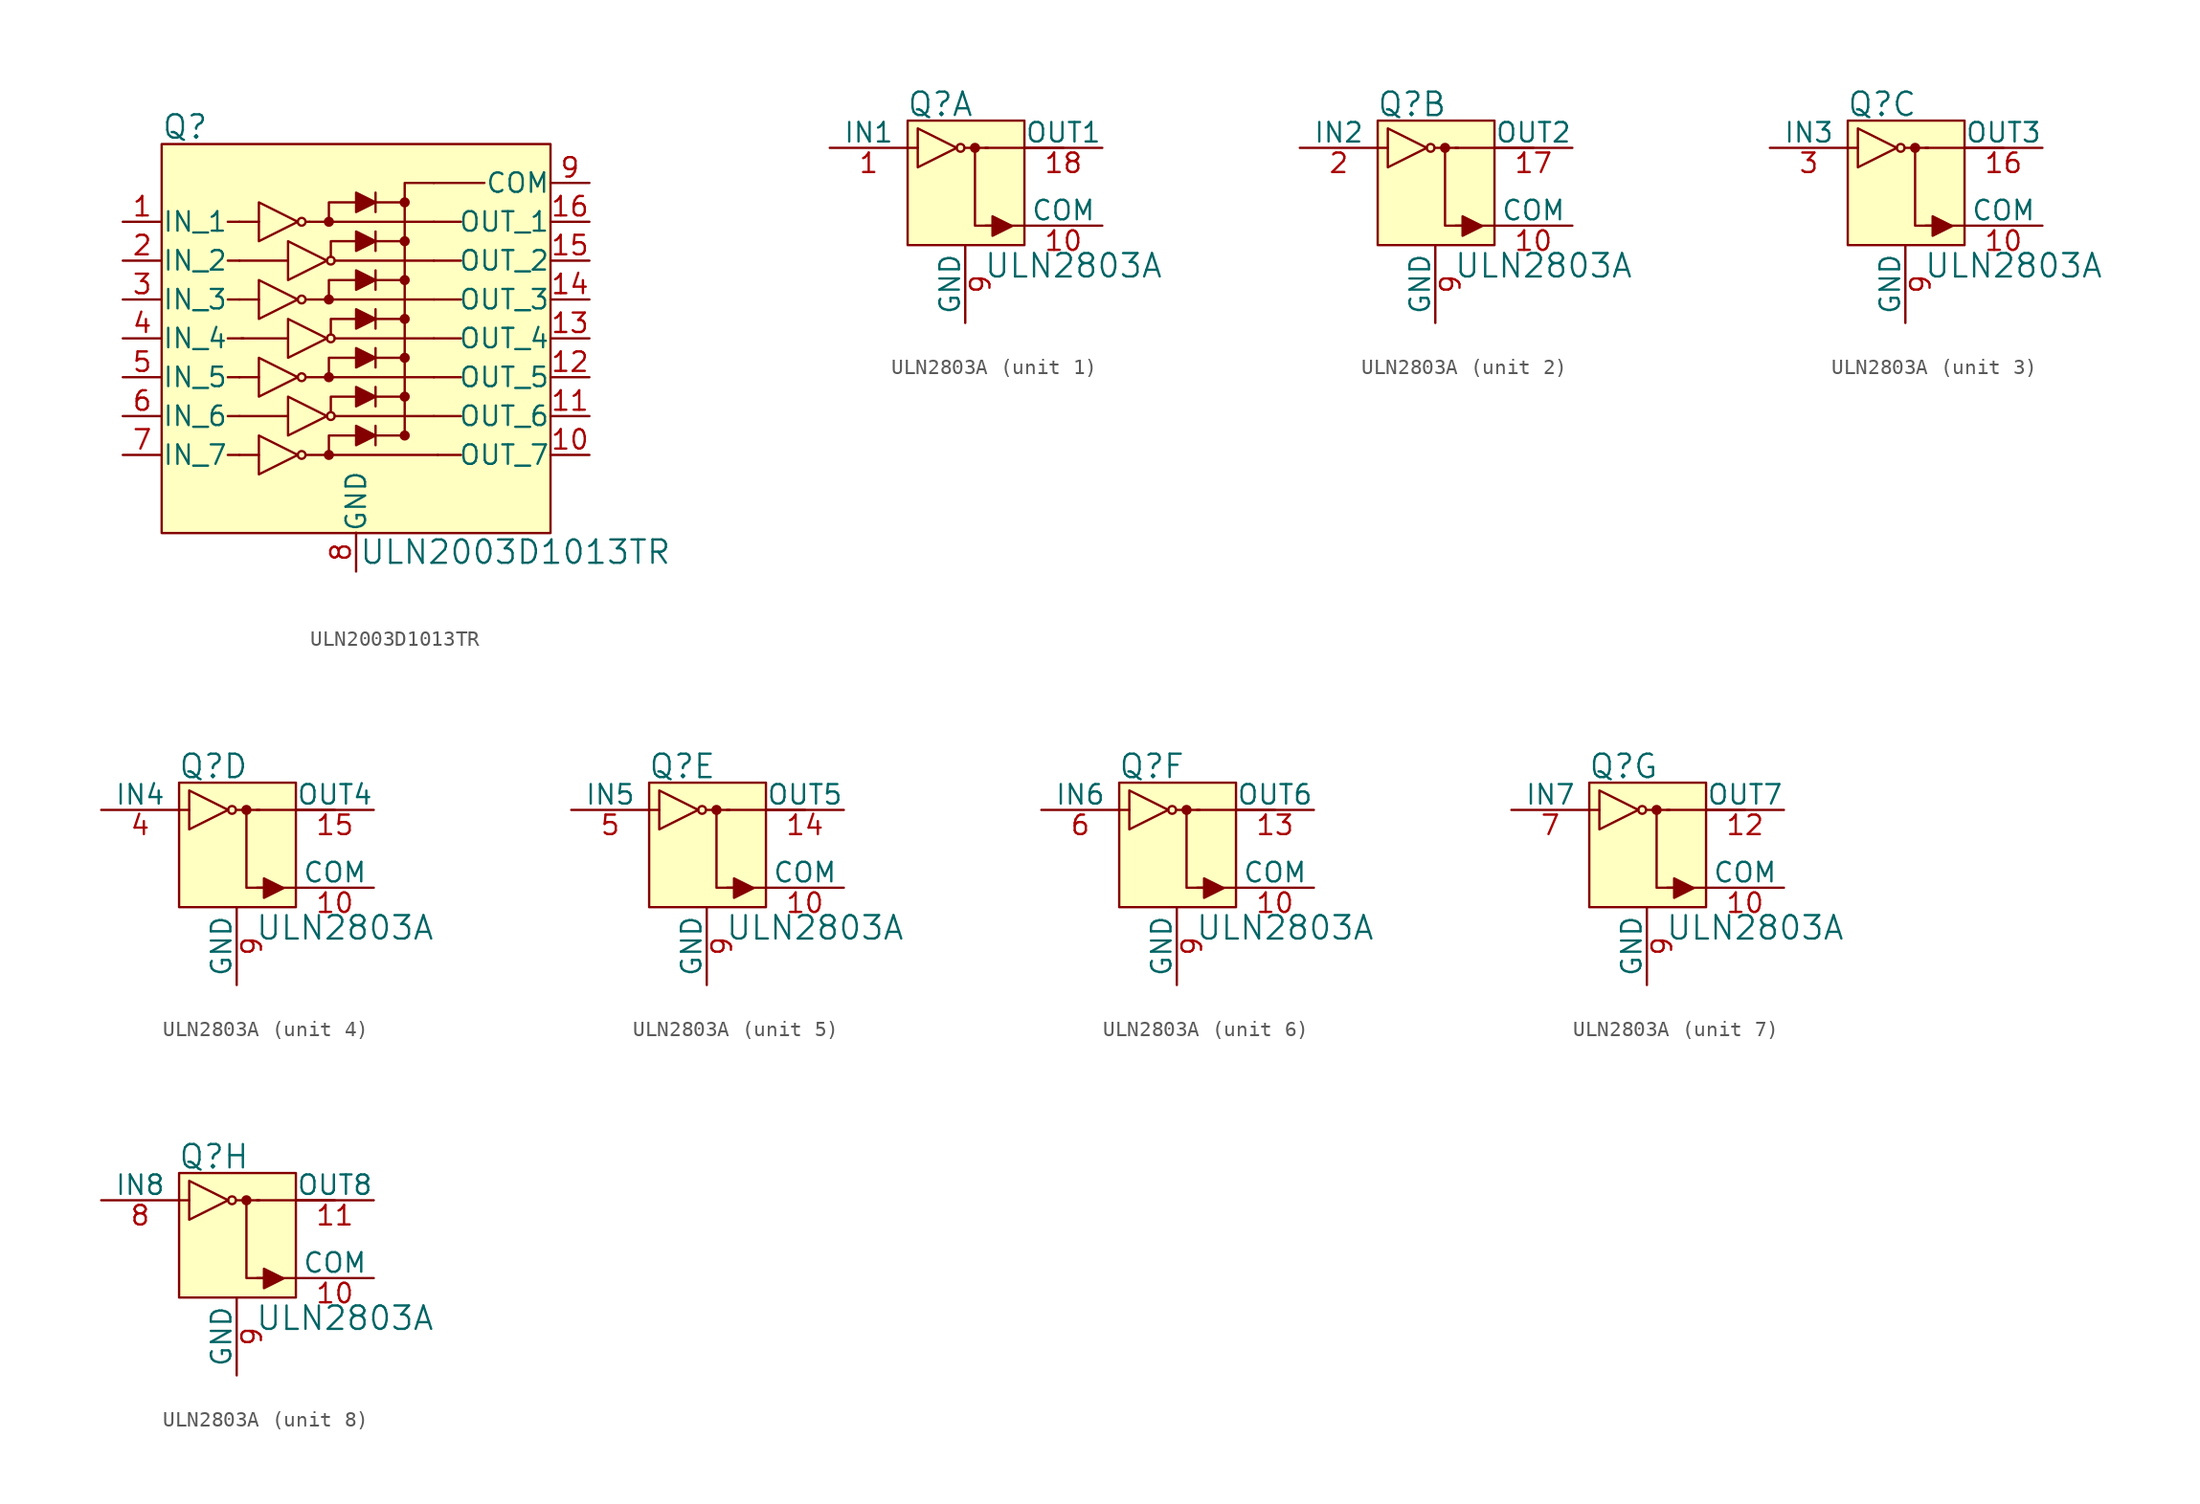
<source format=kicad_sym>
(kicad_symbol_lib
  (version 20211014)
  (generator kicad_symbol_editor)
  (symbol "ULN2003D1013TR"
    (pin_names
      (offset 0.025))
    (property "Reference" "Q"
      (at -12.725 13.818 0)
      (effects (font (size 1.524 1.524)) (justify left)))
    (property "Value" "ULN2003D1013TR"
      (at 0.178 -13.97 0)
      (effects (font (size 1.524 1.524)) (justify left)))
    (symbol "ULN2003D1013TR_0_1"
      (polyline (pts (xy -7.62 -7.62) (xy -8.382 -7.62)) (stroke (width 0) (type default) (color 0 0 0 0)) (fill (type none)))
      (polyline (pts (xy -7.62 -5.08) (xy -8.382 -5.08)) (stroke (width 0) (type default) (color 0 0 0 0)) (fill (type none)))
      (polyline (pts (xy -7.62 -2.54) (xy -8.382 -2.54)) (stroke (width 0) (type default) (color 0 0 0 0)) (fill (type none)))
      (polyline (pts (xy -7.62 2.54) (xy -8.382 2.54)) (stroke (width 0) (type default) (color 0 0 0 0)) (fill (type none)))
      (polyline (pts (xy -7.62 5.08) (xy -8.382 5.08)) (stroke (width 0) (type default) (color 0 0 0 0)) (fill (type none)))
      (polyline (pts (xy -7.62 7.62) (xy -8.382 7.62)) (stroke (width 0) (type default) (color 0 0 0 0)) (fill (type none)))
      (polyline (pts (xy -7.366 0) (xy -8.382 0)) (stroke (width 0) (type default) (color 0 0 0 0)) (fill (type none)))
      (polyline (pts (xy 5.08 -5.08) (xy 6.858 -5.08)) (stroke (width 0) (type default) (color 0 0 0 0)) (fill (type none)))
      (polyline (pts (xy 5.08 -2.54) (xy 6.858 -2.54)) (stroke (width 0) (type default) (color 0 0 0 0)) (fill (type none)))
      (polyline (pts (xy 5.08 0) (xy 6.858 0)) (stroke (width 0) (type default) (color 0 0 0 0)) (fill (type none)))
      (polyline (pts (xy 5.08 2.54) (xy 6.858 2.54)) (stroke (width 0) (type default) (color 0 0 0 0)) (fill (type none)))
      (polyline (pts (xy 5.08 5.08) (xy 6.858 5.08)) (stroke (width 0) (type default) (color 0 0 0 0)) (fill (type none)))
      (polyline (pts (xy 5.08 7.62) (xy 6.858 7.62)) (stroke (width 0) (type default) (color 0 0 0 0)) (fill (type none)))
      (polyline (pts (xy 5.08 10.16) (xy 8.382 10.16)) (stroke (width 0) (type default) (color 0 0 0 0)) (fill (type none)))
      (polyline (pts (xy 5.334 -7.62) (xy 6.858 -7.62)) (stroke (width 0) (type default) (color 0 0 0 0)) (fill (type none))))
    (symbol "ULN2003D1013TR_1_1"
      (rectangle (start -12.7 12.7) (end 12.7 -12.725) (stroke (width 0) (type default) (color 0 0 0 0)) (fill (type background)))
      (circle (center -3.556 -7.62) (radius 0.254) (stroke (width 0) (type default) (color 0 0 0 0)) (fill (type none)))
      (circle (center -3.556 -2.54) (radius 0.254) (stroke (width 0) (type default) (color 0 0 0 0)) (fill (type none)))
      (circle (center -3.556 2.54) (radius 0.254) (stroke (width 0) (type default) (color 0 0 0 0)) (fill (type none)))
      (circle (center -3.556 7.62) (radius 0.254) (stroke (width 0) (type default) (color 0 0 0 0)) (fill (type none)))
      (circle (center -1.778 -7.62) (radius 0.254) (stroke (width 0) (type default) (color 0 0 0 0)) (fill (type outline)))
      (circle (center -1.778 -2.54) (radius 0.254) (stroke (width 0) (type default) (color 0 0 0 0)) (fill (type outline)))
      (circle (center -1.778 2.54) (radius 0.254) (stroke (width 0) (type default) (color 0 0 0 0)) (fill (type outline)))
      (circle (center -1.778 7.62) (radius 0.254) (stroke (width 0) (type default) (color 0 0 0 0)) (fill (type outline)))
      (circle (center -1.651 -5.08) (radius 0.254) (stroke (width 0) (type default) (color 0 0 0 0)) (fill (type none)))
      (circle (center -1.651 0) (radius 0.254) (stroke (width 0) (type default) (color 0 0 0 0)) (fill (type none)))
      (circle (center -1.651 5.08) (radius 0.254) (stroke (width 0) (type default) (color 0 0 0 0)) (fill (type none)))
      (polyline (pts (xy -7.62 -5.08) (xy -4.445 -5.08)) (stroke (width 0) (type default) (color 0 0 0 0)) (fill (type none)))
      (polyline (pts (xy -7.62 5.08) (xy -4.445 5.08)) (stroke (width 0) (type default) (color 0 0 0 0)) (fill (type none)))
      (polyline (pts (xy -7.493 0) (xy -4.445 0)) (stroke (width 0) (type default) (color 0 0 0 0)) (fill (type none)))
      (polyline (pts (xy -6.35 -7.62) (xy -7.62 -7.62)) (stroke (width 0) (type default) (color 0 0 0 0)) (fill (type none)))
      (polyline (pts (xy -6.35 -2.54) (xy -7.62 -2.54)) (stroke (width 0) (type default) (color 0 0 0 0)) (fill (type none)))
      (polyline (pts (xy -6.35 2.54) (xy -7.62 2.54)) (stroke (width 0) (type default) (color 0 0 0 0)) (fill (type none)))
      (polyline (pts (xy -6.35 7.62) (xy -7.62 7.62)) (stroke (width 0) (type default) (color 0 0 0 0)) (fill (type none)))
      (polyline (pts (xy -3.302 -7.62) (xy 5.334 -7.62)) (stroke (width 0) (type default) (color 0 0 0 0)) (fill (type none)))
      (polyline (pts (xy -3.302 -2.54) (xy 5.08 -2.54)) (stroke (width 0) (type default) (color 0 0 0 0)) (fill (type none)))
      (polyline (pts (xy -3.302 2.54) (xy 5.08 2.54)) (stroke (width 0) (type default) (color 0 0 0 0)) (fill (type none)))
      (polyline (pts (xy -3.302 7.62) (xy -3.048 7.62)) (stroke (width 0) (type default) (color 0 0 0 0)) (fill (type none)))
      (polyline (pts (xy -3.048 7.62) (xy 5.08 7.62)) (stroke (width 0) (type default) (color 0 0 0 0)) (fill (type none)))
      (polyline (pts (xy -1.397 -5.08) (xy 5.08 -5.08)) (stroke (width 0) (type default) (color 0 0 0 0)) (fill (type none)))
      (polyline (pts (xy -1.397 0) (xy 5.08 0)) (stroke (width 0) (type default) (color 0 0 0 0)) (fill (type none)))
      (polyline (pts (xy -1.397 5.08) (xy 5.08 5.08)) (stroke (width 0) (type default) (color 0 0 0 0)) (fill (type none)))
      (polyline (pts (xy 1.27 -5.715) (xy 1.27 -6.985)) (stroke (width 0) (type default) (color 0 0 0 0)) (fill (type none)))
      (polyline (pts (xy 1.27 -3.81) (xy 3.175 -3.81)) (stroke (width 0) (type default) (color 0 0 0 0)) (fill (type none)))
      (polyline (pts (xy 1.27 -3.175) (xy 1.27 -4.445)) (stroke (width 0) (type default) (color 0 0 0 0)) (fill (type none)))
      (polyline (pts (xy 1.27 -1.27) (xy 3.175 -1.27)) (stroke (width 0) (type default) (color 0 0 0 0)) (fill (type none)))
      (polyline (pts (xy 1.27 -0.635) (xy 1.27 -1.905)) (stroke (width 0) (type default) (color 0 0 0 0)) (fill (type none)))
      (polyline (pts (xy 1.27 1.27) (xy 3.175 1.27)) (stroke (width 0) (type default) (color 0 0 0 0)) (fill (type none)))
      (polyline (pts (xy 1.27 1.905) (xy 1.27 0.635)) (stroke (width 0) (type default) (color 0 0 0 0)) (fill (type none)))
      (polyline (pts (xy 1.27 3.81) (xy 3.175 3.81)) (stroke (width 0) (type default) (color 0 0 0 0)) (fill (type none)))
      (polyline (pts (xy 1.27 4.445) (xy 1.27 3.175)) (stroke (width 0) (type default) (color 0 0 0 0)) (fill (type none)))
      (polyline (pts (xy 1.27 6.35) (xy 3.175 6.35)) (stroke (width 0) (type default) (color 0 0 0 0)) (fill (type none)))
      (polyline (pts (xy 1.27 6.985) (xy 1.27 5.715)) (stroke (width 0) (type default) (color 0 0 0 0)) (fill (type none)))
      (polyline (pts (xy 1.27 8.89) (xy 3.175 8.89)) (stroke (width 0) (type default) (color 0 0 0 0)) (fill (type none)))
      (polyline (pts (xy 1.27 9.525) (xy 1.27 8.255)) (stroke (width 0) (type default) (color 0 0 0 0)) (fill (type none)))
      (polyline (pts (xy 3.175 -6.35) (xy 1.27 -6.35)) (stroke (width 0) (type default) (color 0 0 0 0)) (fill (type none)))
      (polyline (pts (xy -1.778 -7.62) (xy -1.778 -6.35) (xy 0 -6.35)) (stroke (width 0) (type default) (color 0 0 0 0)) (fill (type none)))
      (polyline (pts (xy -1.778 -2.54) (xy -1.778 -1.27) (xy 0 -1.27)) (stroke (width 0) (type default) (color 0 0 0 0)) (fill (type none)))
      (polyline (pts (xy -1.778 2.54) (xy -1.778 3.81) (xy 0 3.81)) (stroke (width 0) (type default) (color 0 0 0 0)) (fill (type none)))
      (polyline (pts (xy -1.651 -4.826) (xy -1.651 -3.81) (xy 0 -3.81)) (stroke (width 0) (type default) (color 0 0 0 0)) (fill (type none)))
      (polyline (pts (xy -1.651 0.254) (xy -1.651 1.27) (xy 0.127 1.27)) (stroke (width 0) (type default) (color 0 0 0 0)) (fill (type none)))
      (polyline (pts (xy -1.651 5.334) (xy -1.651 6.35) (xy 0.127 6.35)) (stroke (width 0) (type default) (color 0 0 0 0)) (fill (type none)))
      (polyline (pts (xy 0 8.89) (xy -1.778 8.89) (xy -1.778 7.62)) (stroke (width 0) (type default) (color 0 0 0 0)) (fill (type none)))
      (polyline (pts (xy 3.175 -6.35) (xy 3.175 10.16) (xy 5.08 10.16)) (stroke (width 0) (type default) (color 0 0 0 0)) (fill (type none)))
      (polyline (pts (xy -6.35 -6.35) (xy -6.35 -8.89) (xy -3.81 -7.62) (xy -6.35 -6.35)) (stroke (width 0) (type default) (color 0 0 0 0)) (fill (type none)))
      (polyline (pts (xy -6.35 -1.27) (xy -6.35 -3.81) (xy -3.81 -2.54) (xy -6.35 -1.27)) (stroke (width 0) (type default) (color 0 0 0 0)) (fill (type none)))
      (polyline (pts (xy -6.35 3.81) (xy -6.35 1.27) (xy -3.81 2.54) (xy -6.35 3.81)) (stroke (width 0) (type default) (color 0 0 0 0)) (fill (type none)))
      (polyline (pts (xy -6.35 8.89) (xy -6.35 6.35) (xy -3.81 7.62) (xy -6.35 8.89)) (stroke (width 0) (type default) (color 0 0 0 0)) (fill (type none)))
      (polyline (pts (xy -4.445 -3.81) (xy -4.445 -6.35) (xy -1.905 -5.08) (xy -4.445 -3.81)) (stroke (width 0) (type default) (color 0 0 0 0)) (fill (type none)))
      (polyline (pts (xy -4.445 1.27) (xy -4.445 -1.27) (xy -1.905 0) (xy -4.445 1.27)) (stroke (width 0) (type default) (color 0 0 0 0)) (fill (type none)))
      (polyline (pts (xy -4.445 6.35) (xy -4.445 3.81) (xy -1.905 5.08) (xy -4.445 6.35)) (stroke (width 0) (type default) (color 0 0 0 0)) (fill (type none)))
      (polyline (pts (xy 0 -5.715) (xy 0 -6.985) (xy 1.27 -6.35) (xy 0 -5.715)) (stroke (width 0) (type default) (color 0 0 0 0)) (fill (type outline)))
      (polyline (pts (xy 0 -3.175) (xy 0 -4.445) (xy 1.27 -3.81) (xy 0 -3.175)) (stroke (width 0) (type default) (color 0 0 0 0)) (fill (type outline)))
      (polyline (pts (xy 0 -0.635) (xy 0 -1.905) (xy 1.27 -1.27) (xy 0 -0.635)) (stroke (width 0) (type default) (color 0 0 0 0)) (fill (type outline)))
      (polyline (pts (xy 0 1.905) (xy 0 0.635) (xy 1.27 1.27) (xy 0 1.905)) (stroke (width 0) (type default) (color 0 0 0 0)) (fill (type outline)))
      (polyline (pts (xy 0 4.445) (xy 0 3.175) (xy 1.27 3.81) (xy 0 4.445)) (stroke (width 0) (type default) (color 0 0 0 0)) (fill (type outline)))
      (polyline (pts (xy 0 6.985) (xy 0 5.715) (xy 1.27 6.35) (xy 0 6.985)) (stroke (width 0) (type default) (color 0 0 0 0)) (fill (type outline)))
      (polyline (pts (xy 0 9.525) (xy 0 8.255) (xy 1.27 8.89) (xy 0 9.525)) (stroke (width 0) (type default) (color 0 0 0 0)) (fill (type outline)))
      (circle (center 3.175 -6.35) (radius 0.254) (stroke (width 0) (type default) (color 0 0 0 0)) (fill (type outline)))
      (circle (center 3.175 -3.81) (radius 0.254) (stroke (width 0) (type default) (color 0 0 0 0)) (fill (type outline)))
      (circle (center 3.175 -1.27) (radius 0.254) (stroke (width 0) (type default) (color 0 0 0 0)) (fill (type outline)))
      (circle (center 3.175 1.27) (radius 0.254) (stroke (width 0) (type default) (color 0 0 0 0)) (fill (type outline)))
      (circle (center 3.175 3.81) (radius 0.254) (stroke (width 0) (type default) (color 0 0 0 0)) (fill (type outline)))
      (circle (center 3.175 6.35) (radius 0.254) (stroke (width 0) (type default) (color 0 0 0 0)) (fill (type outline)))
      (circle (center 3.175 8.89) (radius 0.254) (stroke (width 0) (type default) (color 0 0 0 0)) (fill (type outline)))
      (pin input line (at -15.24 7.62 0) (length 2.54) (name "IN_1" (effects (font (size 1.27 1.27)))) (number "1" (effects (font (size 1.27 1.27)))))
      (pin output line (at 15.24 -7.62 180) (length 2.54) (name "OUT_7" (effects (font (size 1.27 1.27)))) (number "10" (effects (font (size 1.27 1.27)))))
      (pin output line (at 15.24 -5.08 180) (length 2.54) (name "OUT_6" (effects (font (size 1.27 1.27)))) (number "11" (effects (font (size 1.27 1.27)))))
      (pin output line (at 15.24 -2.54 180) (length 2.54) (name "OUT_5" (effects (font (size 1.27 1.27)))) (number "12" (effects (font (size 1.27 1.27)))))
      (pin output line (at 15.24 0 180) (length 2.54) (name "OUT_4" (effects (font (size 1.27 1.27)))) (number "13" (effects (font (size 1.27 1.27)))))
      (pin output line (at 15.24 2.54 180) (length 2.54) (name "OUT_3" (effects (font (size 1.27 1.27)))) (number "14" (effects (font (size 1.27 1.27)))))
      (pin output line (at 15.24 5.08 180) (length 2.54) (name "OUT_2" (effects (font (size 1.27 1.27)))) (number "15" (effects (font (size 1.27 1.27)))))
      (pin output line (at 15.24 7.62 180) (length 2.54) (name "OUT_1" (effects (font (size 1.27 1.27)))) (number "16" (effects (font (size 1.27 1.27)))))
      (pin input line (at -15.24 5.08 0) (length 2.54) (name "IN_2" (effects (font (size 1.27 1.27)))) (number "2" (effects (font (size 1.27 1.27)))))
      (pin input line (at -15.24 2.54 0) (length 2.54) (name "IN_3" (effects (font (size 1.27 1.27)))) (number "3" (effects (font (size 1.27 1.27)))))
      (pin input line (at -15.24 0 0) (length 2.54) (name "IN_4" (effects (font (size 1.27 1.27)))) (number "4" (effects (font (size 1.27 1.27)))))
      (pin input line (at -15.24 -2.54 0) (length 2.54) (name "IN_5" (effects (font (size 1.27 1.27)))) (number "5" (effects (font (size 1.27 1.27)))))
      (pin input line (at -15.24 -5.08 0) (length 2.54) (name "IN_6" (effects (font (size 1.27 1.27)))) (number "6" (effects (font (size 1.27 1.27)))))
      (pin input line (at -15.24 -7.62 0) (length 2.54) (name "IN_7" (effects (font (size 1.27 1.27)))) (number "7" (effects (font (size 1.27 1.27)))))
      (pin power_in line (at 0 -15.24 90) (length 2.54) (name "GND" (effects (font (size 1.27 1.27)))) (number "8" (effects (font (size 1.27 1.27)))))
      (pin output line (at 15.24 10.16 180) (length 2.54) (name "COM" (effects (font (size 1.27 1.27)))) (number "9" (effects (font (size 1.27 1.27)))))))
  (symbol "ULN2803A"
    (pin_names
      (offset 0))
    (property "Reference" "Q"
      (at -3.835 5.41 0)
      (effects (font (size 1.524 1.524)) (justify left)))
    (property "Value" "ULN2803A"
      (at 1.194 -5.131 0)
      (effects (font (size 1.524 1.524)) (justify left)))
    (property "ki_locked" ""
      (at 0 0 0)
      (effects (font (size 1.27 1.27))))
    (symbol "ULN2803A_0_1"
      (rectangle (start -3.759 4.343) (end 3.861 -3.785) (stroke (width 0) (type default) (color 0 0 0 0)) (fill (type background)))
      (circle (center -0.305 2.565) (radius 0.254) (stroke (width 0) (type default) (color 0 0 0 0)) (fill (type none)))
      (polyline (pts (xy -3.785 2.565) (xy -3.099 2.565)) (stroke (width 0) (type default) (color 0 0 0 0)) (fill (type none)))
      (polyline (pts (xy -0.051 2.565) (xy 1.473 2.565)) (stroke (width 0) (type default) (color 0 0 0 0)) (fill (type none)))
      (polyline (pts (xy 1.321 2.565) (xy 6.401 2.565)) (stroke (width 0) (type default) (color 0 0 0 0)) (fill (type none)))
      (polyline (pts (xy 3.861 -2.515) (xy 1.321 -2.515)) (stroke (width 0) (type default) (color 0 0 0 0)) (fill (type none)))
      (polyline (pts (xy 2.159 -2.515) (xy 0.635 -2.515) (xy 0.635 2.565)) (stroke (width 0) (type default) (color 0 0 0 0)) (fill (type none)))
      (polyline (pts (xy -3.099 3.835) (xy -3.099 1.295) (xy -0.559 2.565) (xy -3.099 3.835)) (stroke (width 0) (type default) (color 0 0 0 0)) (fill (type none)))
      (polyline (pts (xy 1.778 -1.905) (xy 1.778 -3.175) (xy 3.048 -2.54) (xy 1.778 -1.905)) (stroke (width 0) (type default) (color 0 0 0 0)) (fill (type outline)))
      (circle (center 0.635 2.565) (radius 0.254) (stroke (width 0) (type default) (color 0 0 0 0)) (fill (type outline)))
      (pin output line (at 8.941 -2.515 180) (length 5.08) (name "COM" (effects (font (size 1.27 1.27)))) (number "10" (effects (font (size 1.27 1.27)))))
      (pin power_in line (at 0 -8.865 90) (length 5.08) (name "GND" (effects (font (size 1.27 1.27)))) (number "9" (effects (font (size 1.27 1.27))))))
    (symbol "ULN2803A_1_1"
      (pin input line (at -8.839 2.565 0) (length 5.08) (name "IN1" (effects (font (size 1.27 1.27)))) (number "1" (effects (font (size 1.27 1.27)))))
      (pin output line (at 8.941 2.565 180) (length 5.08) (name "OUT1" (effects (font (size 1.27 1.27)))) (number "18" (effects (font (size 1.27 1.27))))))
    (symbol "ULN2803A_2_1"
      (pin output line (at 8.941 2.565 180) (length 5.08) (name "OUT2" (effects (font (size 1.27 1.27)))) (number "17" (effects (font (size 1.27 1.27)))))
      (pin input line (at -8.839 2.565 0) (length 5.08) (name "IN2" (effects (font (size 1.27 1.27)))) (number "2" (effects (font (size 1.27 1.27))))))
    (symbol "ULN2803A_3_1"
      (pin output line (at 8.941 2.565 180) (length 5.08) (name "OUT3" (effects (font (size 1.27 1.27)))) (number "16" (effects (font (size 1.27 1.27)))))
      (pin input line (at -8.839 2.565 0) (length 5.08) (name "IN3" (effects (font (size 1.27 1.27)))) (number "3" (effects (font (size 1.27 1.27))))))
    (symbol "ULN2803A_4_1"
      (pin output line (at 8.941 2.565 180) (length 5.08) (name "OUT4" (effects (font (size 1.27 1.27)))) (number "15" (effects (font (size 1.27 1.27)))))
      (pin input line (at -8.839 2.565 0) (length 5.08) (name "IN4" (effects (font (size 1.27 1.27)))) (number "4" (effects (font (size 1.27 1.27))))))
    (symbol "ULN2803A_5_1"
      (pin output line (at 8.941 2.565 180) (length 5.08) (name "OUT5" (effects (font (size 1.27 1.27)))) (number "14" (effects (font (size 1.27 1.27)))))
      (pin input line (at -8.839 2.565 0) (length 5.08) (name "IN5" (effects (font (size 1.27 1.27)))) (number "5" (effects (font (size 1.27 1.27))))))
    (symbol "ULN2803A_6_1"
      (pin output line (at 8.941 2.565 180) (length 5.08) (name "OUT6" (effects (font (size 1.27 1.27)))) (number "13" (effects (font (size 1.27 1.27)))))
      (pin input line (at -8.839 2.565 0) (length 5.08) (name "IN6" (effects (font (size 1.27 1.27)))) (number "6" (effects (font (size 1.27 1.27))))))
    (symbol "ULN2803A_7_1"
      (pin output line (at 8.941 2.565 180) (length 5.08) (name "OUT7" (effects (font (size 1.27 1.27)))) (number "12" (effects (font (size 1.27 1.27)))))
      (pin input line (at -8.839 2.565 0) (length 5.08) (name "IN7" (effects (font (size 1.27 1.27)))) (number "7" (effects (font (size 1.27 1.27))))))
    (symbol "ULN2803A_8_1"
      (pin output line (at 8.941 2.565 180) (length 5.08) (name "OUT8" (effects (font (size 1.27 1.27)))) (number "11" (effects (font (size 1.27 1.27)))))
      (pin input line (at -8.839 2.565 0) (length 5.08) (name "IN8" (effects (font (size 1.27 1.27)))) (number "8" (effects (font (size 1.27 1.27))))))))
</source>
